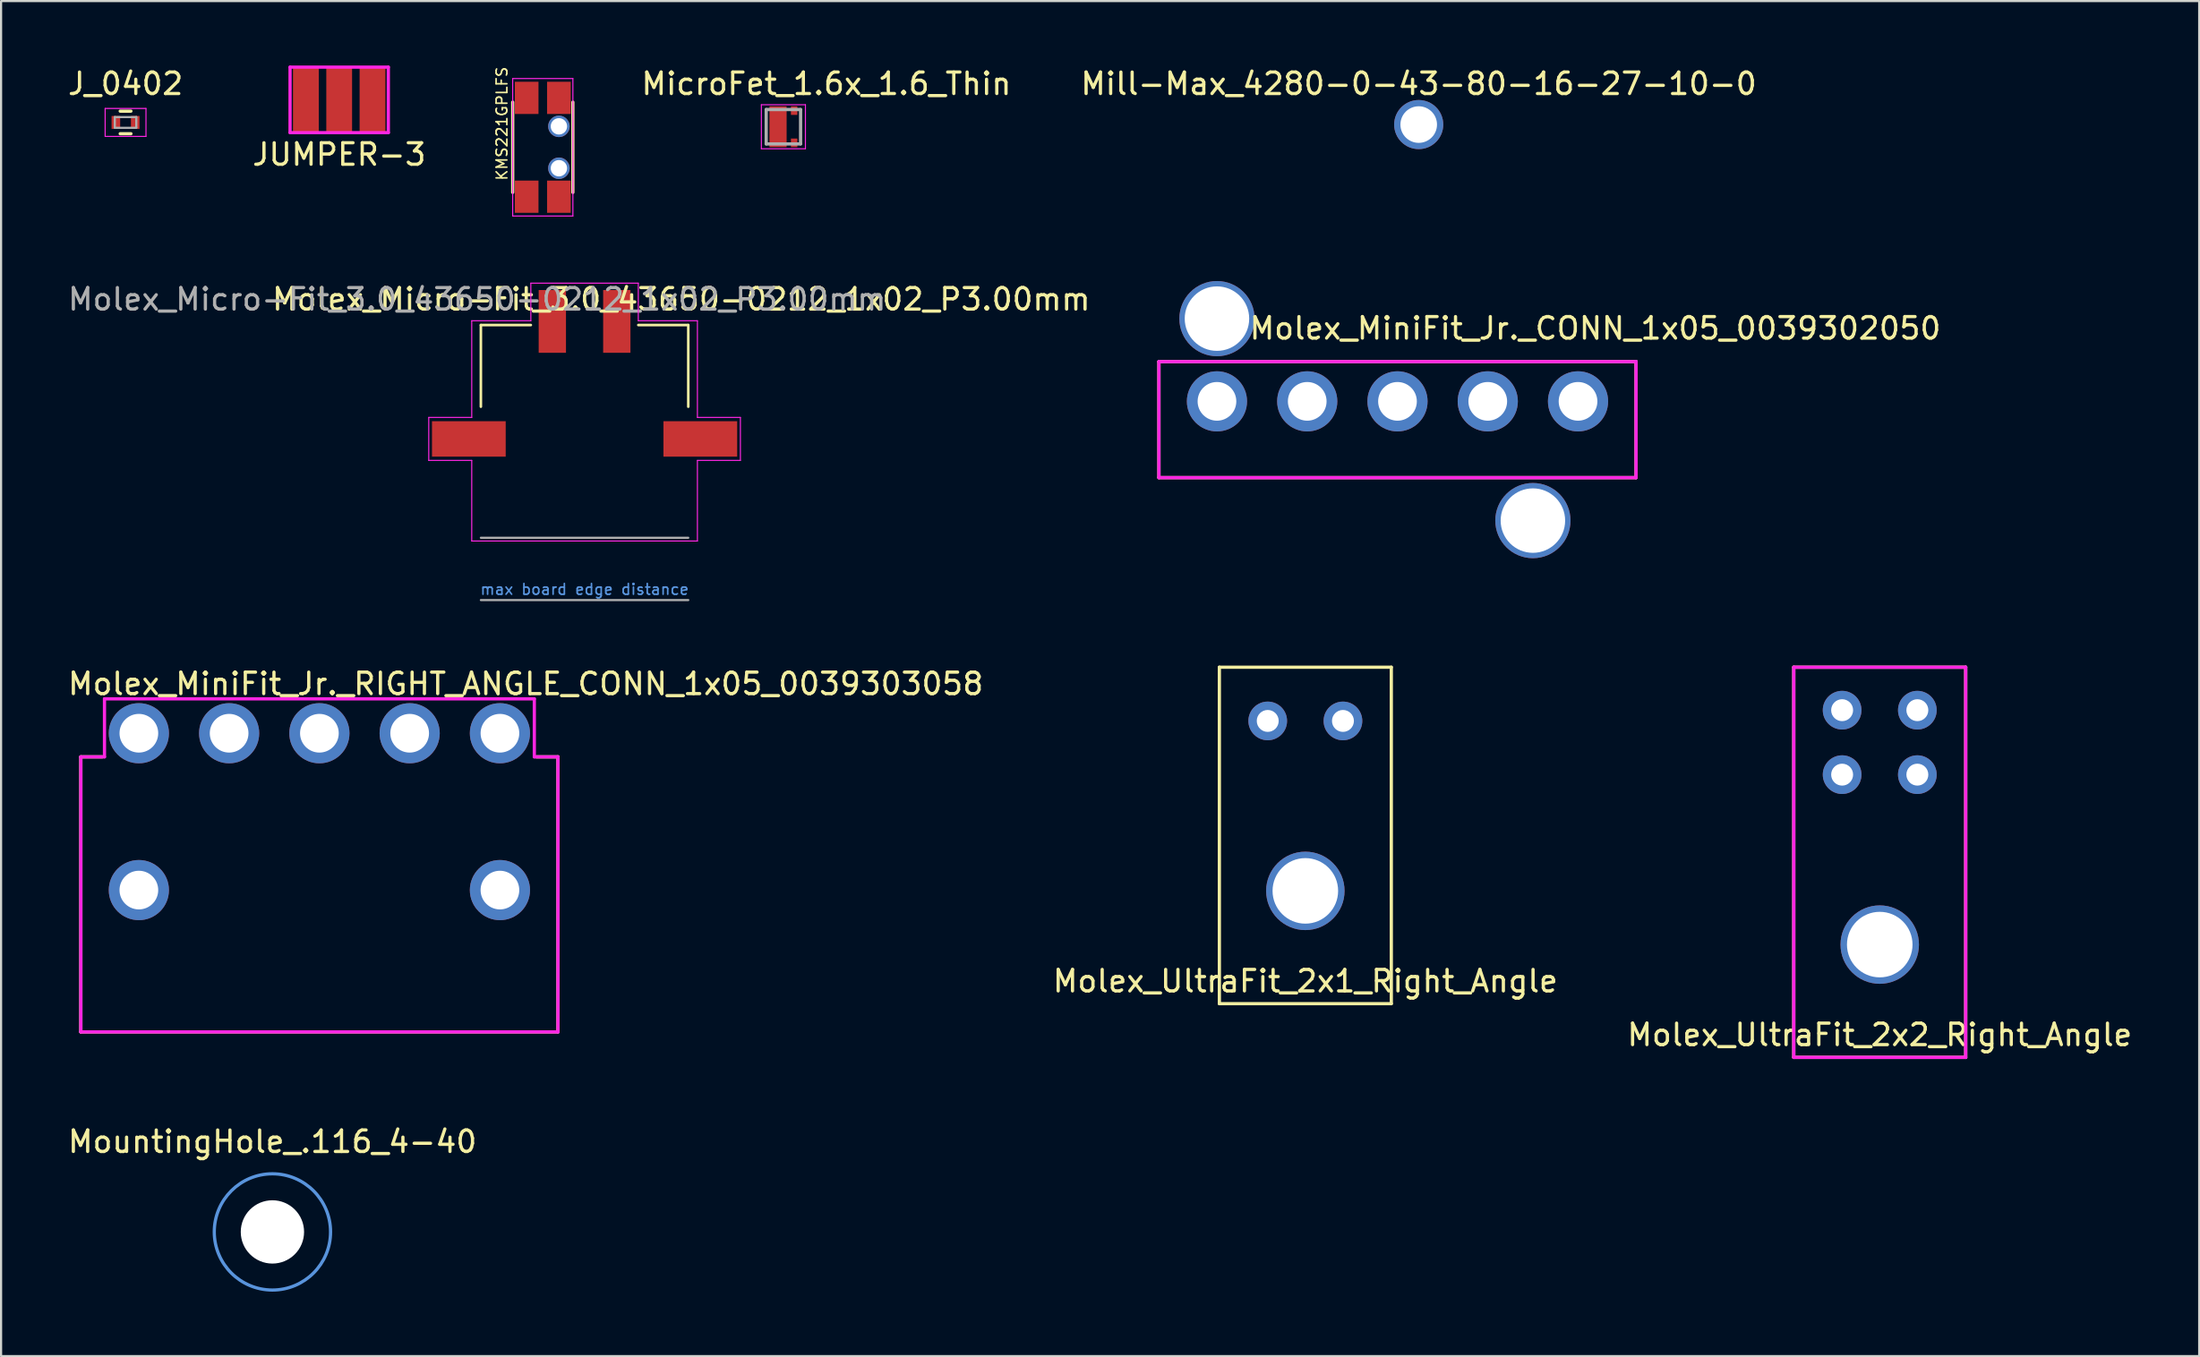
<source format=kicad_pcb>
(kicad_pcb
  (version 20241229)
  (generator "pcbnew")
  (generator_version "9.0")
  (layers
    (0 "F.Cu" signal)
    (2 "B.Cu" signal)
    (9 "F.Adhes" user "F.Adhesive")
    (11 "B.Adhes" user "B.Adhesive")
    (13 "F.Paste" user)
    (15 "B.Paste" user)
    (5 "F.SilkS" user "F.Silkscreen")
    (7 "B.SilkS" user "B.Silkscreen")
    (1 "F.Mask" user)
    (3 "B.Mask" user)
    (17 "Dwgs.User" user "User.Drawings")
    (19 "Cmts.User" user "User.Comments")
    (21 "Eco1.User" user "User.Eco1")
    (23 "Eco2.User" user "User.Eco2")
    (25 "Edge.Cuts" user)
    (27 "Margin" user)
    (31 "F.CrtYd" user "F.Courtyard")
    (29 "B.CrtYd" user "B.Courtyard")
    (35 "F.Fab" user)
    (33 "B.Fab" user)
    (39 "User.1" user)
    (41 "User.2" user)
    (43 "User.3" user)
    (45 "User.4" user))
  (footprint "Molex_UltraFit_2x2_Right_Angle"
    (layer "F.Cu")
    (at 84.411 40.914)
    (property "Reference" "Molex_UltraFit_2x2_Right_Angle" (at 0 4.2 0) (layer "F.SilkS") (effects (font (size 1 1) (thickness 0.15))))
    (attr through_hole)
    (fp_line (start -4 -12.91) (end 4 -12.91) (stroke (width 0.15) (type solid)) (layer "F.SilkS"))
    (fp_line (start -4 5.25) (end -4 -12.91) (stroke (width 0.15) (type solid)) (layer "F.SilkS"))
    (fp_line (start 4 -12.91) (end 4 5.25) (stroke (width 0.15) (type solid)) (layer "F.SilkS"))
    (fp_line (start 4 5.25) (end -4 5.25) (stroke (width 0.15) (type solid)) (layer "F.SilkS"))
    (fp_line (start -4 -12.91) (end -4 5.25) (stroke (width 0.15) (type solid)) (layer "F.CrtYd"))
    (fp_line (start -4 5.25) (end 4 5.25) (stroke (width 0.15) (type solid)) (layer "F.CrtYd"))
    (fp_line (start 4 -12.91) (end -4 -12.91) (stroke (width 0.15) (type solid)) (layer "F.CrtYd"))
    (fp_line (start 4 5.25) (end 4 -12.91) (stroke (width 0.15) (type solid)) (layer "F.CrtYd"))
    (pad "" np_thru_hole circle (at 0 0) (size 3.65 3.65) (drill 3.05) (layers "*.Cu"))
    (pad "1" thru_hole circle (at -1.75 -10.91) (size 1.8 1.8) (drill 1.02) (layers "*.Cu" "*.Mask"))
    (pad "2" thru_hole circle (at 1.75 -10.91) (size 1.8 1.8) (drill 1.02) (layers "*.Cu" "*.Mask"))
    (pad "3" thru_hole circle (at -1.75 -7.91) (size 1.8 1.8) (drill 1.02) (layers "*.Cu" "*.Mask"))
    (pad "4" thru_hole circle (at 1.75 -7.91) (size 1.8 1.8) (drill 1.02) (layers "*.Cu" "*.Mask")))
  (footprint "Molex_MiniFit_Jr._CONN_1x05_0039302050"
    (layer "F.Cu")
    (at 53.573 15.63)
    (property "Reference" "Molex_MiniFit_Jr._CONN_1x05_0039302050" (at 17.6 -3.4 0) (layer "F.SilkS") (effects (font (size 1 1) (thickness 0.15))))
    (attr through_hole)
    (fp_line (start -2.7 -1.85) (end -2.7 3.55) (stroke (width 0.15) (type solid)) (layer "F.SilkS"))
    (fp_line (start -2.7 3.55) (end 19.5 3.55) (stroke (width 0.15) (type solid)) (layer "F.SilkS"))
    (fp_line (start 19.5 -1.85) (end -2.7 -1.85) (stroke (width 0.15) (type solid)) (layer "F.SilkS"))
    (fp_line (start 19.5 3.55) (end 19.5 -1.85) (stroke (width 0.15) (type solid)) (layer "F.SilkS"))
    (fp_line (start -2.7 -1.85) (end -2.7 3.55) (stroke (width 0.15) (type solid)) (layer "F.CrtYd"))
    (fp_line (start 19.5 -1.85) (end -2.7 -1.85) (stroke (width 0.15) (type solid)) (layer "F.CrtYd"))
    (fp_line (start 19.5 3.55) (end -2.7 3.55) (stroke (width 0.15) (type solid)) (layer "F.CrtYd"))
    (fp_line (start 19.5 3.55) (end 19.5 -1.85) (stroke (width 0.15) (type solid)) (layer "F.CrtYd"))
    (pad "" np_thru_hole circle (at 0 -3.85) (size 3.5 3.5) (drill 3) (layers "*.Cu"))
    (pad "" np_thru_hole circle (at 14.7 5.55) (size 3.5 3.5) (drill 3) (layers "*.Cu"))
    (pad "1" thru_hole circle (at 16.8 0) (size 2.8 2.8) (drill 1.8) (layers "*.Cu" "*.Mask"))
    (pad "2" thru_hole circle (at 12.6 0) (size 2.8 2.8) (drill 1.8) (layers "*.Cu" "*.Mask"))
    (pad "3" thru_hole circle (at 8.4 0) (size 2.8 2.8) (drill 1.8) (layers "*.Cu" "*.Mask"))
    (pad "4" thru_hole circle (at 4.2 0) (size 2.8 2.8) (drill 1.8) (layers "*.Cu" "*.Mask"))
    (pad "5" thru_hole circle (at 0 0) (size 2.8 2.8) (drill 1.8) (layers "*.Cu" "*.Mask")))
  (footprint "Mill-Max_4280-0-43-80-16-27-10-0"
    (layer "F.Cu")
    (at 62.96 2.748)
    (property "Reference" "Mill-Max_4280-0-43-80-16-27-10-0" (at 0 -1.9 0) (layer "F.SilkS") (effects (font (size 1 1) (thickness 0.15))))
    (attr smd)
    (pad "1" thru_hole circle (at 0 0) (size 2.286 2.286) (drill 1.702) (layers "*.Cu" "*.Mask")))
  (footprint "Molex_UltraFit_2x1_Right_Angle"
    (layer "F.Cu")
    (at 57.685 38.414)
    (property "Reference" "Molex_UltraFit_2x1_Right_Angle" (at 0 4.2 0) (layer "F.SilkS") (effects (font (size 1 1) (thickness 0.15))))
    (attr through_hole)
    (fp_line (start -4 -10.41) (end -4 5.25) (stroke (width 0.15) (type solid)) (layer "F.SilkS"))
    (fp_line (start -4 5.25) (end 4 5.25) (stroke (width 0.15) (type solid)) (layer "F.SilkS"))
    (fp_line (start 4 -10.41) (end -4 -10.41) (stroke (width 0.15) (type solid)) (layer "F.SilkS"))
    (fp_line (start 4 5.25) (end 4 -10.41) (stroke (width 0.15) (type solid)) (layer "F.SilkS"))
    (pad "" np_thru_hole circle (at 0 0) (size 3.65 3.65) (drill 3.05) (layers "*.Cu"))
    (pad "1" thru_hole circle (at -1.75 -7.91) (size 1.8 1.8) (drill 1.02) (layers "*.Cu" "*.Mask"))
    (pad "2" thru_hole circle (at 1.75 -7.91) (size 1.8 1.8) (drill 1.02) (layers "*.Cu" "*.Mask")))
  (footprint "MountingHole_.116_4-40"
    (layer "F.Cu")
    (at 9.625 54.287)
    (property "Reference" "MountingHole_.116_4-40" (at 0 -4.2 0) (layer "F.SilkS") (effects (font (size 1 1) (thickness 0.15))))
    (attr through_hole)
    (fp_circle (center 0 0) (end 2.705 0) (stroke (width 0.15) (type solid)) (fill no) (layer "Cmts.User"))
    (fp_circle (center 0 0) (end 2.705 0) (stroke (width 0.05) (type solid)) (fill no) (layer "F.CrtYd"))
    (pad "" np_thru_hole circle (at 0 0) (size 2.946 2.946) (drill 2.946) (layers "*.Cu" "*.Mask")))
  (footprint "KMS221GPLFS"
    (layer "F.Cu")
    (at 22.205 3.805)
    (property "Reference" "KMS221GPLFS" (at -1.9 -1.1 270) (layer "F.SilkS") (effects (font (size 0.5 0.5) (thickness 0.075))))
    (attr through_hole)
    (fp_line (start -1.4 -2.1) (end -1.4 2.1) (stroke (width 0.15) (type solid)) (layer "F.SilkS"))
    (fp_line (start 1.4 2.1) (end 1.4 -2.1) (stroke (width 0.15) (type solid)) (layer "F.SilkS"))
    (fp_line (start -1.4 -3.2) (end -1.4 3.2) (stroke (width 0.05) (type solid)) (layer "F.CrtYd"))
    (fp_line (start -1.4 3.2) (end 1.4 3.2) (stroke (width 0.05) (type solid)) (layer "F.CrtYd"))
    (fp_line (start 1.4 -3.2) (end -1.4 -3.2) (stroke (width 0.05) (type solid)) (layer "F.CrtYd"))
    (fp_line (start 1.4 3.2) (end 1.4 -3.2) (stroke (width 0.05) (type solid)) (layer "F.CrtYd"))
    (pad "" np_thru_hole circle (at 0.75 -0.975 270) (size 1 1) (drill 0.762) (layers "*.Cu" "*.Mask"))
    (pad "" np_thru_hole circle (at 0.75 0.975 270) (size 1 1) (drill 0.762) (layers "*.Cu" "*.Mask"))
    (pad "1" smd rect (at -0.75 -2.3 270) (size 1.5 1.1) (layers "F.Cu" "F.Mask" "F.Paste"))
    (pad "2" smd rect (at 0.75 -2.3 270) (size 1.5 1.1) (layers "F.Cu" "F.Mask" "F.Paste"))
    (pad "4" smd rect (at 0.75 2.3 270) (size 1.5 1.1) (layers "F.Cu" "F.Mask" "F.Paste"))
    (pad "5" smd rect (at -0.75 2.3 270) (size 1.5 1.1) (layers "F.Cu" "F.Mask" "F.Paste")))
  (footprint "JUMPER-3"
    (layer "F.Cu")
    (at 12.732 1.599)
    (property "Reference" "JUMPER-3" (at 0 2.54 0) (layer "F.SilkS") (effects (font (size 1 1) (thickness 0.15))))
    (attr through_hole)
    (fp_line (start -2.286 -1.524) (end -2.286 1.524) (stroke (width 0.15) (type solid)) (layer "F.CrtYd"))
    (fp_line (start -2.286 1.524) (end 2.286 1.524) (stroke (width 0.15) (type solid)) (layer "F.CrtYd"))
    (fp_line (start 2.286 -1.524) (end -2.286 -1.524) (stroke (width 0.15) (type solid)) (layer "F.CrtYd"))
    (fp_line (start 2.286 1.524) (end 2.286 -1.524) (stroke (width 0.15) (type solid)) (layer "F.CrtYd"))
    (pad "1" smd rect (at -1.55 0) (size 1.2 3) (layers "F.Cu" "F.Mask" "F.Paste"))
    (pad "2" smd rect (at 0 0) (size 1.2 3) (layers "F.Cu" "F.Mask" "F.Paste"))
    (pad "3" smd rect (at 1.55 0) (size 1.2 3) (layers "F.Cu" "F.Mask" "F.Paste")))
  (footprint "MicroFet_1.6x_1.6_Thin"
    (layer "F.Cu")
    (at 33.4 2.848)
    (property "Reference" "MicroFet_1.6x_1.6_Thin" (at 2 -2 0) (layer "F.SilkS") (effects (font (size 1 1) (thickness 0.15))))
    (attr smd)
    (fp_line (start -1.025 -1.025) (end -1.025 1.025) (stroke (width 0.05) (type solid)) (layer "F.CrtYd"))
    (fp_line (start -1.025 1.025) (end 1.025 1.025) (stroke (width 0.05) (type solid)) (layer "F.CrtYd"))
    (fp_line (start 1.025 -1.025) (end -1.025 -1.025) (stroke (width 0.05) (type solid)) (layer "F.CrtYd"))
    (fp_line (start 1.025 1.025) (end 1.025 -1.025) (stroke (width 0.05) (type solid)) (layer "F.CrtYd"))
    (fp_line (start -0.8 -0.8) (end -0.8 0.8) (stroke (width 0.15) (type solid)) (layer "F.Fab"))
    (fp_line (start -0.8 -0.8) (end 0.8 -0.8) (stroke (width 0.15) (type solid)) (layer "F.Fab"))
    (fp_line (start 0.8 -0.8) (end 0.8 0.8) (stroke (width 0.15) (type solid)) (layer "F.Fab"))
    (fp_line (start 0.8 0.8) (end -0.8 0.8) (stroke (width 0.15) (type solid)) (layer "F.Fab"))
    (pad "1" smd rect (at -0.25 0) (size 0.8 1.9) (layers "F.Cu" "F.Mask" "F.Paste"))
    (pad "2" smd rect (at 0.5 -0.75) (size 0.3 0.4) (layers "F.Cu" "F.Mask" "F.Paste"))
    (pad "3" smd rect (at 0.5 0.75) (size 0.3 0.4) (layers "F.Cu" "F.Mask" "F.Paste")))
  (footprint "Molex_Micro-Fit_3.0_43650-0212_1x02_P3.00mm"
    (layer "F.Cu")
    (at 24.149 17.379)
    (property "Reference" "Molex_Micro-Fit_3.0_43650-0212_1x02_P3.00mm" (at 4.5 -6.5 0) (unlocked yes) (layer "F.SilkS") (effects (font (size 1 1) (thickness 0.15))))
    (attr smd)
    (fp_line (start -4.825 -5.3) (end -4.825 -1.5) (stroke (width 0.12) (type solid)) (layer "F.SilkS"))
    (fp_line (start -4.825 -5.3) (end -2.5 -5.3) (stroke (width 0.12) (type solid)) (layer "F.SilkS"))
    (fp_line (start 2.5 -5.3) (end 4.825 -5.3) (stroke (width 0.12) (type solid)) (layer "F.SilkS"))
    (fp_line (start 4.825 -5.3) (end 4.825 -1.5) (stroke (width 0.12) (type solid)) (layer "F.SilkS"))
    (fp_line (start -7.25 -1) (end -5.25 -1) (stroke (width 0.05) (type solid)) (layer "F.CrtYd"))
    (fp_line (start -7.25 1) (end -7.25 -1) (stroke (width 0.05) (type solid)) (layer "F.CrtYd"))
    (fp_line (start -5.25 -5.5) (end -2.5 -5.5) (stroke (width 0.05) (type solid)) (layer "F.CrtYd"))
    (fp_line (start -5.25 -1) (end -5.25 -5.5) (stroke (width 0.05) (type solid)) (layer "F.CrtYd"))
    (fp_line (start -5.25 1) (end -7.25 1) (stroke (width 0.05) (type solid)) (layer "F.CrtYd"))
    (fp_line (start -5.25 4.75) (end -5.25 1) (stroke (width 0.05) (type solid)) (layer "F.CrtYd"))
    (fp_line (start -2.5 -7.25) (end 2.5 -7.25) (stroke (width 0.05) (type solid)) (layer "F.CrtYd"))
    (fp_line (start -2.5 -5.5) (end -2.5 -7.25) (stroke (width 0.05) (type solid)) (layer "F.CrtYd"))
    (fp_line (start 2.5 -7.25) (end 2.5 -5.5) (stroke (width 0.05) (type solid)) (layer "F.CrtYd"))
    (fp_line (start 2.5 -5.5) (end 5.25 -5.5) (stroke (width 0.05) (type solid)) (layer "F.CrtYd"))
    (fp_line (start 5.25 -5.5) (end 5.25 -1) (stroke (width 0.05) (type solid)) (layer "F.CrtYd"))
    (fp_line (start 5.25 -1) (end 7.25 -1) (stroke (width 0.05) (type solid)) (layer "F.CrtYd"))
    (fp_line (start 5.25 1) (end 5.25 4.75) (stroke (width 0.05) (type solid)) (layer "F.CrtYd"))
    (fp_line (start 5.25 4.75) (end -5.25 4.75) (stroke (width 0.05) (type solid)) (layer "F.CrtYd"))
    (fp_line (start 7.25 -1) (end 7.25 1) (stroke (width 0.05) (type solid)) (layer "F.CrtYd"))
    (fp_line (start 7.25 1) (end 5.25 1) (stroke (width 0.05) (type solid)) (layer "F.CrtYd"))
    (fp_line (start -4.825 7.5) (end 4.825 7.5) (stroke (width 0.1) (type solid)) (layer "F.Fab"))
    (fp_line (start 4.825 4.6) (end -4.825 4.6) (stroke (width 0.1) (type solid)) (layer "F.Fab"))
    (fp_text user "max board edge distance" (at 0 7 0) (unlocked yes) (layer "Cmts.User") (effects (font (size 0.5 0.5) (thickness 0.075))))
    (fp_text user "${REFERENCE}" (at -5 -6.5 0) (unlocked yes) (layer "F.Fab") (effects (font (size 1 1) (thickness 0.15))))
    (pad "" smd rect (at -5.385 0) (size 3.43 1.65) (layers "F.Cu" "F.Mask" "F.Paste"))
    (pad "" smd rect (at 5.385 0) (size 3.43 1.65) (layers "F.Cu" "F.Mask" "F.Paste"))
    (pad "1" smd rect (at 1.5 -5.47) (size 1.27 2.92) (layers "F.Cu" "F.Mask" "F.Paste"))
    (pad "2" smd rect (at -1.5 -5.47) (size 1.27 2.92) (layers "F.Cu" "F.Mask" "F.Paste")))
  (footprint "Molex_MiniFit_Jr._RIGHT_ANGLE_CONN_1x05_0039303058"
    (layer "F.Cu")
    (at 3.411 31.077)
    (property "Reference" "Molex_MiniFit_Jr._RIGHT_ANGLE_CONN_1x05_0039303058" (at 18 -2.3 0) (layer "F.SilkS") (effects (font (size 1 1) (thickness 0.15))))
    (attr through_hole)
    (fp_line (start -2.7 1.1) (end -2.7 13.9) (stroke (width 0.15) (type solid)) (layer "F.SilkS"))
    (fp_line (start -2.7 1.1) (end -1.7 1.1) (stroke (width 0.15) (type solid)) (layer "F.SilkS"))
    (fp_line (start -2.7 13.9) (end 19.5 13.9) (stroke (width 0.15) (type solid)) (layer "F.SilkS"))
    (fp_line (start 19.5 1.1) (end 18.5 1.1) (stroke (width 0.15) (type solid)) (layer "F.SilkS"))
    (fp_line (start 19.5 13.9) (end 19.5 1.1) (stroke (width 0.15) (type solid)) (layer "F.SilkS"))
    (fp_line (start -2.7 13.9) (end -2.7 1.1) (stroke (width 0.15) (type solid)) (layer "F.CrtYd"))
    (fp_line (start -2.7 13.9) (end 19.5 13.9) (stroke (width 0.15) (type solid)) (layer "F.CrtYd"))
    (fp_line (start -1.6 -1.6) (end -1.6 1.1) (stroke (width 0.15) (type solid)) (layer "F.CrtYd"))
    (fp_line (start -1.6 1.1) (end -2.7 1.1) (stroke (width 0.15) (type solid)) (layer "F.CrtYd"))
    (fp_line (start 18.4 -1.6) (end -1.6 -1.6) (stroke (width 0.15) (type solid)) (layer "F.CrtYd"))
    (fp_line (start 18.4 1.1) (end 18.4 -1.6) (stroke (width 0.15) (type solid)) (layer "F.CrtYd"))
    (fp_line (start 19.5 1.1) (end 18.4 1.1) (stroke (width 0.15) (type solid)) (layer "F.CrtYd"))
    (fp_line (start 19.5 13.9) (end 19.5 1.1) (stroke (width 0.15) (type solid)) (layer "F.CrtYd"))
    (pad "" np_thru_hole circle (at 0 7.3) (size 2.8 2.8) (drill 1.8) (layers "*.Cu" "*.Mask"))
    (pad "" np_thru_hole circle (at 16.8 7.3) (size 2.8 2.8) (drill 1.8) (layers "*.Cu" "*.Mask"))
    (pad "1" thru_hole circle (at 16.8 0) (size 2.8 2.8) (drill 1.8) (layers "*.Cu" "*.Mask"))
    (pad "2" thru_hole circle (at 12.6 0) (size 2.8 2.8) (drill 1.8) (layers "*.Cu" "*.Mask"))
    (pad "3" thru_hole circle (at 8.4 0) (size 2.8 2.8) (drill 1.8) (layers "*.Cu" "*.Mask"))
    (pad "4" thru_hole circle (at 4.2 0) (size 2.8 2.8) (drill 1.8) (layers "*.Cu" "*.Mask"))
    (pad "5" thru_hole circle (at 0 0) (size 2.8 2.8) (drill 1.8) (layers "*.Cu" "*.Mask")))
  (footprint "J_0402"
    (layer "F.Cu")
    (at 2.792 2.648)
    (property "Reference" "J_0402" (at 0 -1.8 0) (layer "F.SilkS") (effects (font (size 1 1) (thickness 0.15))))
    (attr smd)
    (fp_line (start -0.254 0) (end 0.254 0) (stroke (width 0.6) (type solid)) (layer "F.Mask"))
    (fp_line (start -0.25 0.525) (end 0.25 0.525) (stroke (width 0.15) (type solid)) (layer "F.SilkS"))
    (fp_line (start 0.25 -0.525) (end -0.25 -0.525) (stroke (width 0.15) (type solid)) (layer "F.SilkS"))
    (fp_line (start -0.95 -0.65) (end -0.95 0.65) (stroke (width 0.05) (type solid)) (layer "F.CrtYd"))
    (fp_line (start -0.95 -0.65) (end 0.95 -0.65) (stroke (width 0.05) (type solid)) (layer "F.CrtYd"))
    (fp_line (start -0.95 0.65) (end 0.95 0.65) (stroke (width 0.05) (type solid)) (layer "F.CrtYd"))
    (fp_line (start 0.95 -0.65) (end 0.95 0.65) (stroke (width 0.05) (type solid)) (layer "F.CrtYd"))
    (fp_line (start -0.5 -0.25) (end 0.5 -0.25) (stroke (width 0.1) (type solid)) (layer "F.Fab"))
    (fp_line (start -0.5 0.25) (end -0.5 -0.25) (stroke (width 0.1) (type solid)) (layer "F.Fab"))
    (fp_line (start 0.5 -0.25) (end 0.5 0.25) (stroke (width 0.1) (type solid)) (layer "F.Fab"))
    (fp_line (start 0.5 0.25) (end -0.5 0.25) (stroke (width 0.1) (type solid)) (layer "F.Fab"))
    (pad "1" smd rect (at -0.45 0) (size 0.4 0.6) (layers "F.Cu" "F.Mask" "F.Paste"))
    (pad "2" smd rect (at 0.45 0) (size 0.4 0.6) (layers "F.Cu" "F.Mask" "F.Paste")))
  (gr_rect
    (start -3 -3)
    (end 99.274 60.067)
    (stroke (width 0.1) (type default))
    (fill no)
    (layer "Edge.Cuts")))
</source>
